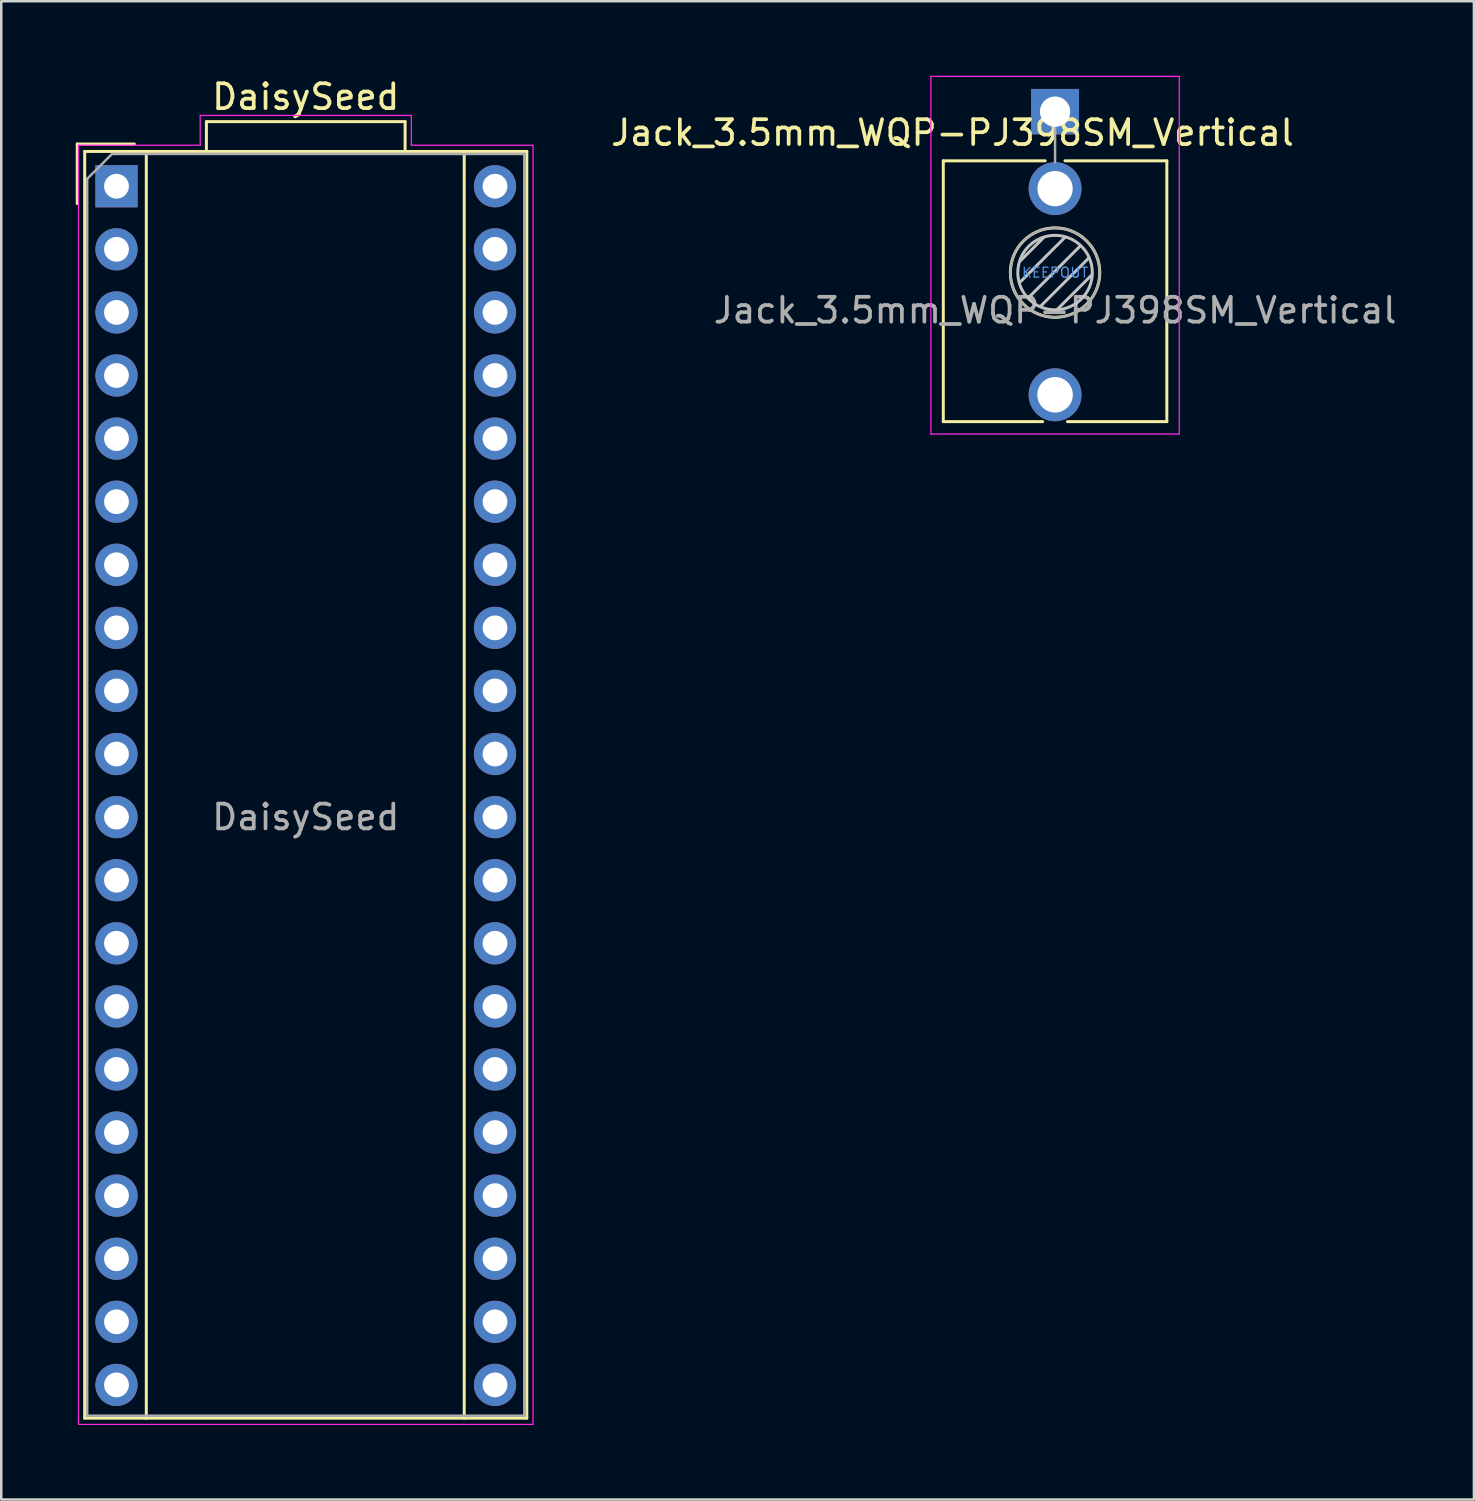
<source format=kicad_pcb>
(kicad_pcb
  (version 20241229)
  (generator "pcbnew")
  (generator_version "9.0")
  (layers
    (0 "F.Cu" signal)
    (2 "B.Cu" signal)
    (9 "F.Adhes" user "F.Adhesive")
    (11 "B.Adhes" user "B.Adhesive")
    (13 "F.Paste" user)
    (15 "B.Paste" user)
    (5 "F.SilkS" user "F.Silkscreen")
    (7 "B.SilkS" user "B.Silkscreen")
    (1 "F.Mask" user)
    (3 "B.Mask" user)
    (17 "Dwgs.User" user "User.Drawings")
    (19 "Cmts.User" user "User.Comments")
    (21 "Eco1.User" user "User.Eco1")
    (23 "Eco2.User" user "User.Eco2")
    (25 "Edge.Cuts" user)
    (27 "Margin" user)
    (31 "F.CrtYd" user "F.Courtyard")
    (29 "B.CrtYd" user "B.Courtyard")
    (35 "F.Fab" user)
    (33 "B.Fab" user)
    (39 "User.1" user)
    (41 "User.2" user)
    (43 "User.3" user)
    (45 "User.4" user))
  (footprint "Jack_3.5mm_WQP-PJ398SM_Vertical"
    (layer "F.Cu")
    (at 39.428 7.925)
    (property "Reference" "Jack_3.5mm_WQP-PJ398SM_Vertical" (at -4.13 -5.63 0) (layer "F.SilkS") (effects (font (size 1 1) (thickness 0.15))))
    (attr through_hole)
    (fp_line (start -4.5 -4.5) (end -4.5 6) (stroke (width 0.12) (type solid)) (layer "F.SilkS"))
    (fp_line (start -0.5 6) (end -4.5 6) (stroke (width 0.12) (type solid)) (layer "F.SilkS"))
    (fp_line (start -0.4 -4.5) (end -4.5 -4.5) (stroke (width 0.12) (type solid)) (layer "F.SilkS"))
    (fp_line (start 4.5 -4.5) (end 0.4 -4.5) (stroke (width 0.12) (type solid)) (layer "F.SilkS"))
    (fp_line (start 4.5 -4.5) (end 4.5 6) (stroke (width 0.12) (type solid)) (layer "F.SilkS"))
    (fp_line (start 4.5 6) (end 0.5 6) (stroke (width 0.12) (type solid)) (layer "F.SilkS"))
    (fp_circle (center 0 0) (end 1.8 0) (stroke (width 0.12) (type solid)) (fill no) (layer "F.SilkS"))
    (fp_line (start -1.42 0.395) (end 0.4 -1.42) (stroke (width 0.12) (type solid)) (layer "Dwgs.User"))
    (fp_line (start -1.41 -0.46) (end -0.46 -1.41) (stroke (width 0.12) (type solid)) (layer "Dwgs.User"))
    (fp_line (start -1.07 1.01) (end 1.01 -1.07) (stroke (width 0.12) (type solid)) (layer "Dwgs.User"))
    (fp_line (start -0.58 1.35) (end 1.36 -0.59) (stroke (width 0.12) (type solid)) (layer "Dwgs.User"))
    (fp_line (start 0.09 1.48) (end 1.48 0.09) (stroke (width 0.12) (type solid)) (layer "Dwgs.User"))
    (fp_circle (center 0 0) (end 1.5 0) (stroke (width 0.12) (type solid)) (fill no) (layer "Dwgs.User"))
    (fp_line (start -5 6.5) (end -5 -7.9) (stroke (width 0.05) (type solid)) (layer "F.CrtYd"))
    (fp_line (start 5 -7.9) (end -5 -7.9) (stroke (width 0.05) (type solid)) (layer "F.CrtYd"))
    (fp_line (start 5 6.5) (end -5 6.5) (stroke (width 0.05) (type solid)) (layer "F.CrtYd"))
    (fp_line (start 5 6.5) (end 5 -7.9) (stroke (width 0.05) (type solid)) (layer "F.CrtYd"))
    (fp_line (start 0 -6.48) (end 0 -4.45) (stroke (width 0.1) (type solid)) (layer "F.Fab"))
    (fp_circle (center 0 0) (end 1.8 0) (stroke (width 0.1) (type solid)) (fill no) (layer "F.Fab"))
    (fp_text user "KEEPOUT" (at 0 0 180) (layer "Cmts.User") (effects (font (size 0.4 0.4) (thickness 0.051))))
    (fp_text user "${REFERENCE}" (at 0 1.52 0) (layer "F.Fab") (effects (font (size 1 1) (thickness 0.15))))
    (pad "S" thru_hole rect (at 0 -6.48 180) (size 1.93 1.83) (drill 1.22) (layers "*.Cu" "*.Mask"))
    (pad "T" thru_hole circle (at 0 4.92 180) (size 2.13 2.13) (drill 1.43) (layers "*.Cu" "*.Mask"))
    (pad "TN" thru_hole circle (at 0 -3.38 180) (size 2.13 2.13) (drill 1.42) (layers "*.Cu" "*.Mask")))
  (footprint "DaisySeed"
    (layer "F.Cu")
    (at 1.64 4.448)
    (property "Reference" "DaisySeed" (at 7.62 -3.6 0) (layer "F.SilkS") (effects (font (size 1 1) (thickness 0.15))))
    (attr through_hole)
    (fp_line (start -1.58 -1.7) (end -1.58 0.7) (stroke (width 0.12) (type solid)) (layer "F.SilkS"))
    (fp_line (start -1.28 -1.4) (end 16.52 -1.4) (stroke (width 0.12) (type solid)) (layer "F.SilkS"))
    (fp_line (start -1.28 49.6) (end -1.28 -1.4) (stroke (width 0.12) (type solid)) (layer "F.SilkS"))
    (fp_line (start 0.72 -1.7) (end -1.58 -1.7) (stroke (width 0.12) (type solid)) (layer "F.SilkS"))
    (fp_line (start 1.2 -1.4) (end 1.2 49.6) (stroke (width 0.12) (type solid)) (layer "F.SilkS"))
    (fp_line (start 3.62 -2.6) (end 11.62 -2.6) (stroke (width 0.12) (type solid)) (layer "F.SilkS"))
    (fp_line (start 3.62 -1.4) (end 3.62 -2.6) (stroke (width 0.12) (type solid)) (layer "F.SilkS"))
    (fp_line (start 11.62 -2.6) (end 11.62 -1.4) (stroke (width 0.12) (type solid)) (layer "F.SilkS"))
    (fp_line (start 14 -1.4) (end 14 49.6) (stroke (width 0.12) (type solid)) (layer "F.SilkS"))
    (fp_line (start 16.52 -1.4) (end 16.52 49.6) (stroke (width 0.12) (type solid)) (layer "F.SilkS"))
    (fp_line (start 16.52 49.6) (end -1.28 49.6) (stroke (width 0.12) (type solid)) (layer "F.SilkS"))
    (fp_line (start -1.53 -1.65) (end 3.37 -1.65) (stroke (width 0.05) (type solid)) (layer "F.CrtYd"))
    (fp_line (start -1.53 49.85) (end -1.53 -1.65) (stroke (width 0.05) (type solid)) (layer "F.CrtYd"))
    (fp_line (start 3.37 -2.85) (end 11.87 -2.85) (stroke (width 0.05) (type solid)) (layer "F.CrtYd"))
    (fp_line (start 3.37 -1.65) (end 3.37 -2.85) (stroke (width 0.05) (type solid)) (layer "F.CrtYd"))
    (fp_line (start 11.87 -2.85) (end 11.87 -1.65) (stroke (width 0.05) (type solid)) (layer "F.CrtYd"))
    (fp_line (start 11.87 -1.65) (end 16.77 -1.65) (stroke (width 0.05) (type solid)) (layer "F.CrtYd"))
    (fp_line (start 16.77 -1.65) (end 16.77 49.85) (stroke (width 0.05) (type solid)) (layer "F.CrtYd"))
    (fp_line (start 16.77 49.85) (end -1.53 49.85) (stroke (width 0.05) (type solid)) (layer "F.CrtYd"))
    (fp_line (start -1.18 -0.3) (end -1.18 49.5) (stroke (width 0.1) (type solid)) (layer "F.Fab"))
    (fp_line (start -1.18 49.5) (end 16.42 49.5) (stroke (width 0.1) (type solid)) (layer "F.Fab"))
    (fp_line (start -0.18 -1.3) (end -1.18 -0.3) (stroke (width 0.1) (type solid)) (layer "F.Fab"))
    (fp_line (start 16.42 -1.3) (end -0.18 -1.3) (stroke (width 0.1) (type solid)) (layer "F.Fab"))
    (fp_line (start 16.42 49.5) (end 16.42 -1.3) (stroke (width 0.1) (type solid)) (layer "F.Fab"))
    (fp_text user "${REFERENCE}" (at 7.62 25.4 0) (layer "F.Fab") (effects (font (size 1 1) (thickness 0.15))))
    (pad "1" thru_hole rect (at 0 0) (size 1.7 1.7) (drill 1) (layers "*.Cu" "*.Mask"))
    (pad "2" thru_hole circle (at 0 2.54) (size 1.7 1.7) (drill 1) (layers "*.Cu" "*.Mask"))
    (pad "3" thru_hole circle (at 0 5.08) (size 1.7 1.7) (drill 1) (layers "*.Cu" "*.Mask"))
    (pad "4" thru_hole circle (at 0 7.62) (size 1.7 1.7) (drill 1) (layers "*.Cu" "*.Mask"))
    (pad "5" thru_hole circle (at 0 10.16) (size 1.7 1.7) (drill 1) (layers "*.Cu" "*.Mask"))
    (pad "6" thru_hole circle (at 0 12.7) (size 1.7 1.7) (drill 1) (layers "*.Cu" "*.Mask"))
    (pad "7" thru_hole circle (at 0 15.24) (size 1.7 1.7) (drill 1) (layers "*.Cu" "*.Mask"))
    (pad "8" thru_hole circle (at 0 17.78) (size 1.7 1.7) (drill 1) (layers "*.Cu" "*.Mask"))
    (pad "9" thru_hole circle (at 0 20.32) (size 1.7 1.7) (drill 1) (layers "*.Cu" "*.Mask"))
    (pad "10" thru_hole circle (at 0 22.86) (size 1.7 1.7) (drill 1) (layers "*.Cu" "*.Mask"))
    (pad "11" thru_hole circle (at 0 25.4) (size 1.7 1.7) (drill 1) (layers "*.Cu" "*.Mask"))
    (pad "12" thru_hole circle (at 0 27.94) (size 1.7 1.7) (drill 1) (layers "*.Cu" "*.Mask"))
    (pad "13" thru_hole circle (at 0 30.48) (size 1.7 1.7) (drill 1) (layers "*.Cu" "*.Mask"))
    (pad "14" thru_hole circle (at 0 33.02) (size 1.7 1.7) (drill 1) (layers "*.Cu" "*.Mask"))
    (pad "15" thru_hole circle (at 0 35.56) (size 1.7 1.7) (drill 1) (layers "*.Cu" "*.Mask"))
    (pad "16" thru_hole circle (at 0 38.1) (size 1.7 1.7) (drill 1) (layers "*.Cu" "*.Mask"))
    (pad "17" thru_hole circle (at 0 40.64) (size 1.7 1.7) (drill 1) (layers "*.Cu" "*.Mask"))
    (pad "18" thru_hole circle (at 0 43.18) (size 1.7 1.7) (drill 1) (layers "*.Cu" "*.Mask"))
    (pad "19" thru_hole circle (at 0 45.72) (size 1.7 1.7) (drill 1) (layers "*.Cu" "*.Mask"))
    (pad "20" thru_hole circle (at 0 48.26) (size 1.7 1.7) (drill 1) (layers "*.Cu" "*.Mask"))
    (pad "21" thru_hole circle (at 15.24 48.26) (size 1.7 1.7) (drill 1) (layers "*.Cu" "*.Mask"))
    (pad "22" thru_hole circle (at 15.24 45.72) (size 1.7 1.7) (drill 1) (layers "*.Cu" "*.Mask"))
    (pad "23" thru_hole circle (at 15.24 43.18) (size 1.7 1.7) (drill 1) (layers "*.Cu" "*.Mask"))
    (pad "24" thru_hole circle (at 15.24 40.64) (size 1.7 1.7) (drill 1) (layers "*.Cu" "*.Mask"))
    (pad "25" thru_hole circle (at 15.24 38.1) (size 1.7 1.7) (drill 1) (layers "*.Cu" "*.Mask"))
    (pad "26" thru_hole circle (at 15.24 35.56) (size 1.7 1.7) (drill 1) (layers "*.Cu" "*.Mask"))
    (pad "27" thru_hole circle (at 15.24 33.02) (size 1.7 1.7) (drill 1) (layers "*.Cu" "*.Mask"))
    (pad "28" thru_hole circle (at 15.24 30.48) (size 1.7 1.7) (drill 1) (layers "*.Cu" "*.Mask"))
    (pad "29" thru_hole circle (at 15.24 27.94) (size 1.7 1.7) (drill 1) (layers "*.Cu" "*.Mask"))
    (pad "30" thru_hole circle (at 15.24 25.4) (size 1.7 1.7) (drill 1) (layers "*.Cu" "*.Mask"))
    (pad "31" thru_hole circle (at 15.24 22.86) (size 1.7 1.7) (drill 1) (layers "*.Cu" "*.Mask"))
    (pad "32" thru_hole circle (at 15.24 20.32) (size 1.7 1.7) (drill 1) (layers "*.Cu" "*.Mask"))
    (pad "33" thru_hole circle (at 15.24 17.78) (size 1.7 1.7) (drill 1) (layers "*.Cu" "*.Mask"))
    (pad "34" thru_hole circle (at 15.24 15.24) (size 1.7 1.7) (drill 1) (layers "*.Cu" "*.Mask"))
    (pad "35" thru_hole circle (at 15.24 12.7) (size 1.7 1.7) (drill 1) (layers "*.Cu" "*.Mask"))
    (pad "36" thru_hole circle (at 15.24 10.16) (size 1.7 1.7) (drill 1) (layers "*.Cu" "*.Mask"))
    (pad "37" thru_hole circle (at 15.24 7.62) (size 1.7 1.7) (drill 1) (layers "*.Cu" "*.Mask"))
    (pad "38" thru_hole circle (at 15.24 5.08) (size 1.7 1.7) (drill 1) (layers "*.Cu" "*.Mask"))
    (pad "39" thru_hole circle (at 15.24 2.54) (size 1.7 1.7) (drill 1) (layers "*.Cu" "*.Mask"))
    (pad "40" thru_hole circle (at 15.24 0) (size 1.7 1.7) (drill 1) (layers "*.Cu" "*.Mask")))
  (gr_rect
    (start -3 -3)
    (end 56.291 57.323)
    (stroke (width 0.1) (type default))
    (fill no)
    (layer "Edge.Cuts")))
</source>
